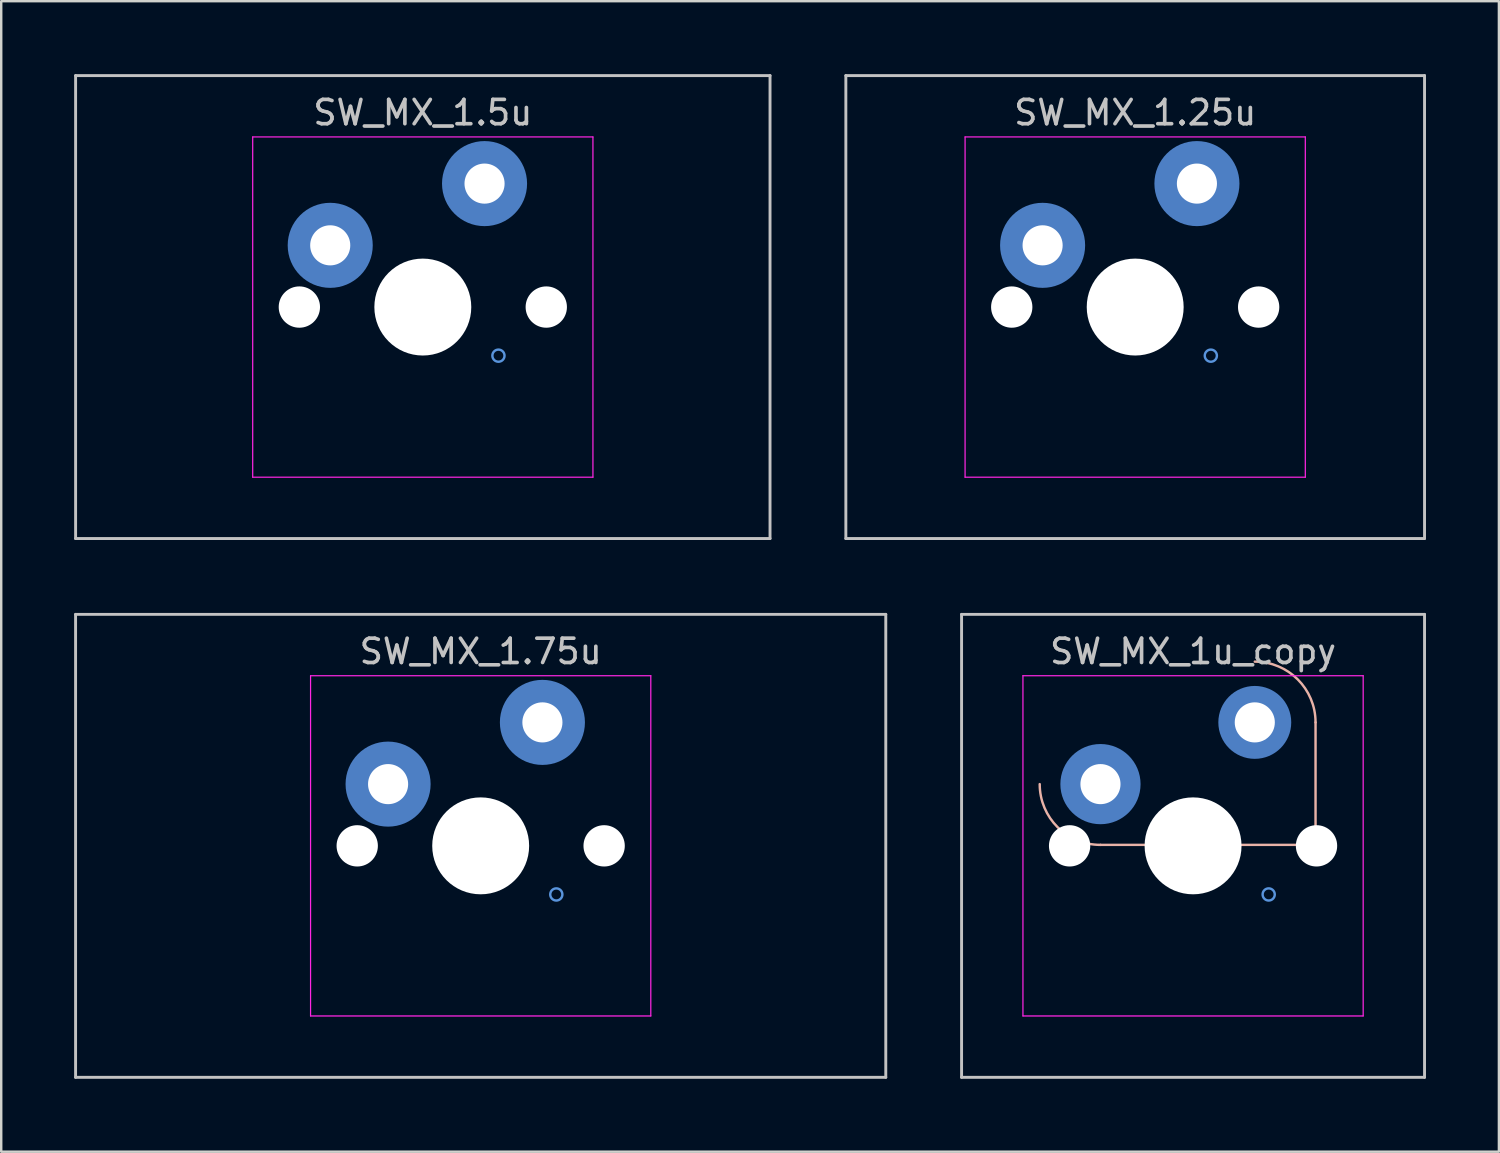
<source format=kicad_pcb>
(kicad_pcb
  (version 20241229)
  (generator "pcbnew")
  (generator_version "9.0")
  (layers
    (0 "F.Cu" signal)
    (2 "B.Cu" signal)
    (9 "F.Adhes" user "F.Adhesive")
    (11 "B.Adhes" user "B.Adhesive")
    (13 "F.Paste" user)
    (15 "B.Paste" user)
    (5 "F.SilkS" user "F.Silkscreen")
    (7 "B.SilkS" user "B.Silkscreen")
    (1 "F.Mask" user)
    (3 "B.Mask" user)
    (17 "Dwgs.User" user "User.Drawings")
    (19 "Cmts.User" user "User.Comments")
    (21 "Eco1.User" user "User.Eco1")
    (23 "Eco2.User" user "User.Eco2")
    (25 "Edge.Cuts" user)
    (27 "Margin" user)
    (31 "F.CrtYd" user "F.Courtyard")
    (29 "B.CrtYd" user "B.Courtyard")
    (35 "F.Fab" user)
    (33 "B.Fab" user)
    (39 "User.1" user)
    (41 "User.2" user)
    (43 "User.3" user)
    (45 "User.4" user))
  (footprint "SW_MX_1.25u"
    (layer "F.Cu")
    (at 43.661 9.585)
    (property "Reference" "SW_MX_1.25u" (at 0 -8 0) (layer "Dwgs.User") (effects (font (size 1 1) (thickness 0.15))))
    (attr through_hole exclude_from_pos_files exclude_from_bom)
    (fp_line (start -11.906 -9.525) (end -11.906 9.525) (stroke (width 0.12) (type solid)) (layer "Dwgs.User"))
    (fp_line (start -11.906 9.525) (end 11.906 9.525) (stroke (width 0.12) (type solid)) (layer "Dwgs.User"))
    (fp_line (start 11.906 -9.525) (end -11.906 -9.525) (stroke (width 0.12) (type solid)) (layer "Dwgs.User"))
    (fp_line (start 11.906 9.525) (end 11.906 -9.525) (stroke (width 0.12) (type solid)) (layer "Dwgs.User"))
    (fp_circle (center 3.112 2) (end 3.112 1.75) (stroke (width 0.1) (type default)) (fill no) (layer "Cmts.User"))
    (fp_line (start -7 6.5) (end -7 -6.5) (stroke (width 0.05) (type solid)) (layer "Eco2.User"))
    (fp_line (start -6.5 -7) (end 6.5 -7) (stroke (width 0.05) (type solid)) (layer "Eco2.User"))
    (fp_line (start 6.5 7) (end -6.5 7) (stroke (width 0.05) (type solid)) (layer "Eco2.User"))
    (fp_line (start 7 -6.5) (end 7 6.5) (stroke (width 0.05) (type solid)) (layer "Eco2.User"))
    (fp_arc (start -7 -6.5) (mid -6.853553 -6.853553) (end -6.5 -7) (stroke (width 0.05) (type solid)) (layer "Eco2.User"))
    (fp_arc (start -6.5 7) (mid -6.853553 6.853553) (end -7 6.5) (stroke (width 0.05) (type solid)) (layer "Eco2.User"))
    (fp_arc (start 6.5 -7) (mid 6.853553 -6.853553) (end 7 -6.5) (stroke (width 0.05) (type solid)) (layer "Eco2.User"))
    (fp_arc (start 6.997236 6.498884) (mid 6.850789 6.852437) (end 6.497236 6.998884) (stroke (width 0.05) (type solid)) (layer "Eco2.User"))
    (fp_line (start -7 -7) (end -7 7) (stroke (width 0.05) (type solid)) (layer "F.CrtYd"))
    (fp_line (start -7 7) (end 7 7) (stroke (width 0.05) (type solid)) (layer "F.CrtYd"))
    (fp_line (start 7 -7) (end -7 -7) (stroke (width 0.05) (type solid)) (layer "F.CrtYd"))
    (fp_line (start 7 7) (end 7 -7) (stroke (width 0.05) (type solid)) (layer "F.CrtYd"))
    (pad "" np_thru_hole circle (at -5.08 0) (size 1.7 1.7) (drill 1.7) (layers "*.Cu" "*.Mask"))
    (pad "" np_thru_hole circle (at 0 0) (size 3.988 3.988) (drill 3.988) (layers "*.Cu" "*.Mask"))
    (pad "" np_thru_hole circle (at 5.08 0) (size 1.7 1.7) (drill 1.7) (layers "*.Cu" "*.Mask"))
    (pad "1" thru_hole circle (at -3.81 -2.54) (size 2 2) (drill 1.65) (layers "*.Cu") (remove_unused_layers yes) (keep_end_layers yes) (zone_layer_connections))
    (pad "1" smd circle (at -3.81 -2.54) (size 2.5 2.5) (layers "B.Cu" "B.Mask"))
    (pad "1" smd circle (at -3.81 -2.54) (size 3.5 3.5) (layers "B.Cu"))
    (pad "2" thru_hole circle (at 2.54 -5.08) (size 2 2) (drill 1.65) (layers "*.Cu") (remove_unused_layers yes) (keep_end_layers yes) (zone_layer_connections))
    (pad "2" smd circle (at 2.54 -5.08) (size 2.5 2.5) (layers "B.Cu" "B.Mask"))
    (pad "2" smd circle (at 2.54 -5.08) (size 3.5 3.5) (layers "B.Cu")))
  (footprint "SW_MX_1.75u"
    (layer "F.Cu")
    (at 16.729 31.755)
    (property "Reference" "SW_MX_1.75u" (at 0 -8 0) (layer "Dwgs.User") (effects (font (size 1 1) (thickness 0.15))))
    (attr through_hole exclude_from_pos_files exclude_from_bom)
    (fp_line (start -16.669 -9.525) (end -16.669 9.525) (stroke (width 0.12) (type solid)) (layer "Dwgs.User"))
    (fp_line (start -16.669 9.525) (end 16.669 9.525) (stroke (width 0.12) (type solid)) (layer "Dwgs.User"))
    (fp_line (start 16.669 -9.525) (end -16.669 -9.525) (stroke (width 0.12) (type solid)) (layer "Dwgs.User"))
    (fp_line (start 16.669 9.525) (end 16.669 -9.525) (stroke (width 0.12) (type solid)) (layer "Dwgs.User"))
    (fp_circle (center 3.112 2) (end 3.112 1.75) (stroke (width 0.1) (type default)) (fill no) (layer "Cmts.User"))
    (fp_line (start -7 6.5) (end -7 -6.5) (stroke (width 0.05) (type solid)) (layer "Eco2.User"))
    (fp_line (start -6.5 -7) (end 6.5 -7) (stroke (width 0.05) (type solid)) (layer "Eco2.User"))
    (fp_line (start 6.5 7) (end -6.5 7) (stroke (width 0.05) (type solid)) (layer "Eco2.User"))
    (fp_line (start 7 -6.5) (end 7 6.5) (stroke (width 0.05) (type solid)) (layer "Eco2.User"))
    (fp_arc (start -7 -6.5) (mid -6.853553 -6.853553) (end -6.5 -7) (stroke (width 0.05) (type solid)) (layer "Eco2.User"))
    (fp_arc (start -6.5 7) (mid -6.853553 6.853553) (end -7 6.5) (stroke (width 0.05) (type solid)) (layer "Eco2.User"))
    (fp_arc (start 6.5 -7) (mid 6.853553 -6.853553) (end 7 -6.5) (stroke (width 0.05) (type solid)) (layer "Eco2.User"))
    (fp_arc (start 6.997236 6.498884) (mid 6.850789 6.852437) (end 6.497236 6.998884) (stroke (width 0.05) (type solid)) (layer "Eco2.User"))
    (fp_line (start -7 -7) (end -7 7) (stroke (width 0.05) (type solid)) (layer "F.CrtYd"))
    (fp_line (start -7 7) (end 7 7) (stroke (width 0.05) (type solid)) (layer "F.CrtYd"))
    (fp_line (start 7 -7) (end -7 -7) (stroke (width 0.05) (type solid)) (layer "F.CrtYd"))
    (fp_line (start 7 7) (end 7 -7) (stroke (width 0.05) (type solid)) (layer "F.CrtYd"))
    (pad "" np_thru_hole circle (at -5.08 0) (size 1.7 1.7) (drill 1.7) (layers "*.Cu" "*.Mask"))
    (pad "" np_thru_hole circle (at 0 0) (size 3.988 3.988) (drill 3.988) (layers "*.Cu" "*.Mask"))
    (pad "" np_thru_hole circle (at 5.08 0) (size 1.7 1.7) (drill 1.7) (layers "*.Cu" "*.Mask"))
    (pad "1" thru_hole circle (at -3.81 -2.54) (size 2 2) (drill 1.65) (layers "*.Cu") (remove_unused_layers yes) (keep_end_layers yes) (zone_layer_connections))
    (pad "1" smd circle (at -3.81 -2.54) (size 2.5 2.5) (layers "B.Cu" "B.Mask"))
    (pad "1" smd circle (at -3.81 -2.54) (size 3.5 3.5) (layers "B.Cu"))
    (pad "2" thru_hole circle (at 2.54 -5.08) (size 2 2) (drill 1.65) (layers "*.Cu") (remove_unused_layers yes) (keep_end_layers yes) (zone_layer_connections))
    (pad "2" smd circle (at 2.54 -5.08) (size 2.5 2.5) (layers "B.Cu" "B.Mask"))
    (pad "2" smd circle (at 2.54 -5.08) (size 3.5 3.5) (layers "B.Cu")))
  (footprint "SW_MX_1.5u"
    (layer "F.Cu")
    (at 14.348 9.585)
    (property "Reference" "SW_MX_1.5u" (at 0 -8 0) (layer "Dwgs.User") (effects (font (size 1 1) (thickness 0.15))))
    (attr through_hole exclude_from_pos_files exclude_from_bom)
    (fp_line (start -14.287 -9.525) (end -14.287 9.525) (stroke (width 0.12) (type solid)) (layer "Dwgs.User"))
    (fp_line (start -14.287 9.525) (end 14.287 9.525) (stroke (width 0.12) (type solid)) (layer "Dwgs.User"))
    (fp_line (start 14.287 -9.525) (end -14.287 -9.525) (stroke (width 0.12) (type solid)) (layer "Dwgs.User"))
    (fp_line (start 14.287 9.525) (end 14.287 -9.525) (stroke (width 0.12) (type solid)) (layer "Dwgs.User"))
    (fp_circle (center 3.112 2) (end 3.112 1.75) (stroke (width 0.1) (type default)) (fill no) (layer "Cmts.User"))
    (fp_line (start -7 6.5) (end -7 -6.5) (stroke (width 0.05) (type solid)) (layer "Eco2.User"))
    (fp_line (start -6.5 -7) (end 6.5 -7) (stroke (width 0.05) (type solid)) (layer "Eco2.User"))
    (fp_line (start 6.5 7) (end -6.5 7) (stroke (width 0.05) (type solid)) (layer "Eco2.User"))
    (fp_line (start 7 -6.5) (end 7 6.5) (stroke (width 0.05) (type solid)) (layer "Eco2.User"))
    (fp_arc (start -7 -6.5) (mid -6.853553 -6.853553) (end -6.5 -7) (stroke (width 0.05) (type solid)) (layer "Eco2.User"))
    (fp_arc (start -6.5 7) (mid -6.853553 6.853553) (end -7 6.5) (stroke (width 0.05) (type solid)) (layer "Eco2.User"))
    (fp_arc (start 6.5 -7) (mid 6.853553 -6.853553) (end 7 -6.5) (stroke (width 0.05) (type solid)) (layer "Eco2.User"))
    (fp_arc (start 6.997236 6.498884) (mid 6.850789 6.852437) (end 6.497236 6.998884) (stroke (width 0.05) (type solid)) (layer "Eco2.User"))
    (fp_line (start -7 -7) (end -7 7) (stroke (width 0.05) (type solid)) (layer "F.CrtYd"))
    (fp_line (start -7 7) (end 7 7) (stroke (width 0.05) (type solid)) (layer "F.CrtYd"))
    (fp_line (start 7 -7) (end -7 -7) (stroke (width 0.05) (type solid)) (layer "F.CrtYd"))
    (fp_line (start 7 7) (end 7 -7) (stroke (width 0.05) (type solid)) (layer "F.CrtYd"))
    (pad "" np_thru_hole circle (at -5.08 0) (size 1.7 1.7) (drill 1.7) (layers "*.Cu" "*.Mask"))
    (pad "" np_thru_hole circle (at 0 0) (size 3.988 3.988) (drill 3.988) (layers "*.Cu" "*.Mask"))
    (pad "" np_thru_hole circle (at 5.08 0) (size 1.7 1.7) (drill 1.7) (layers "*.Cu" "*.Mask"))
    (pad "1" thru_hole circle (at -3.81 -2.54) (size 2 2) (drill 1.65) (layers "*.Cu") (remove_unused_layers yes) (keep_end_layers yes) (zone_layer_connections))
    (pad "1" smd circle (at -3.81 -2.54) (size 2.5 2.5) (layers "B.Cu" "B.Mask"))
    (pad "1" smd circle (at -3.81 -2.54) (size 3.5 3.5) (layers "B.Cu"))
    (pad "2" thru_hole circle (at 2.54 -5.08) (size 2 2) (drill 1.65) (layers "*.Cu") (remove_unused_layers yes) (keep_end_layers yes) (zone_layer_connections))
    (pad "2" smd circle (at 2.54 -5.08) (size 2.5 2.5) (layers "B.Cu" "B.Mask"))
    (pad "2" smd circle (at 2.54 -5.08) (size 3.5 3.5) (layers "B.Cu")))
  (footprint "SW_MX_1u_copy"
    (layer "F.Cu")
    (at 46.042 31.755)
    (property "Reference" "SW_MX_1u_copy" (at 0 -8 0) (layer "Dwgs.User") (effects (font (size 1 1) (thickness 0.15))))
    (attr through_hole exclude_from_pos_files exclude_from_bom)
    (fp_line (start -3.81 -0.04) (end 5.04 -0.04) (stroke (width 0.1) (type default)) (layer "B.SilkS"))
    (fp_line (start 5.04 -5.08) (end 5.04 -0.04) (stroke (width 0.1) (type default)) (layer "B.SilkS"))
    (fp_arc (start -3.81 -0.04) (mid -5.577767 -0.772233) (end -6.31 -2.54) (stroke (width 0.1) (type default)) (layer "B.SilkS"))
    (fp_arc (start 2.54 -7.58) (mid 4.307767 -6.847767) (end 5.04 -5.08) (stroke (width 0.1) (type default)) (layer "B.SilkS"))
    (fp_line (start -9.525 -9.525) (end -9.525 9.525) (stroke (width 0.12) (type solid)) (layer "Dwgs.User"))
    (fp_line (start -9.525 9.525) (end 9.525 9.525) (stroke (width 0.12) (type solid)) (layer "Dwgs.User"))
    (fp_line (start 9.525 -9.525) (end -9.525 -9.525) (stroke (width 0.12) (type solid)) (layer "Dwgs.User"))
    (fp_line (start 9.525 9.525) (end 9.525 -9.525) (stroke (width 0.12) (type solid)) (layer "Dwgs.User"))
    (fp_circle (center 3.112 2) (end 3.112 1.75) (stroke (width 0.1) (type default)) (fill no) (layer "Cmts.User"))
    (fp_line (start -7 6.5) (end -7 -6.5) (stroke (width 0.05) (type solid)) (layer "Eco2.User"))
    (fp_line (start -6.5 -7) (end 6.5 -7) (stroke (width 0.05) (type solid)) (layer "Eco2.User"))
    (fp_line (start 6.5 7) (end -6.5 7) (stroke (width 0.05) (type solid)) (layer "Eco2.User"))
    (fp_line (start 7 -6.5) (end 7 6.5) (stroke (width 0.05) (type solid)) (layer "Eco2.User"))
    (fp_arc (start -7 -6.5) (mid -6.853553 -6.853553) (end -6.5 -7) (stroke (width 0.05) (type solid)) (layer "Eco2.User"))
    (fp_arc (start -6.5 7) (mid -6.853553 6.853553) (end -7 6.5) (stroke (width 0.05) (type solid)) (layer "Eco2.User"))
    (fp_arc (start 6.5 -7) (mid 6.853553 -6.853553) (end 7 -6.5) (stroke (width 0.05) (type solid)) (layer "Eco2.User"))
    (fp_arc (start 6.997236 6.498884) (mid 6.850789 6.852437) (end 6.497236 6.998884) (stroke (width 0.05) (type solid)) (layer "Eco2.User"))
    (fp_line (start -7 -7) (end -7 7) (stroke (width 0.05) (type solid)) (layer "F.CrtYd"))
    (fp_line (start -7 7) (end 7 7) (stroke (width 0.05) (type solid)) (layer "F.CrtYd"))
    (fp_line (start 7 -7) (end -7 -7) (stroke (width 0.05) (type solid)) (layer "F.CrtYd"))
    (fp_line (start 7 7) (end 7 -7) (stroke (width 0.05) (type solid)) (layer "F.CrtYd"))
    (pad "" np_thru_hole circle (at -5.08 0) (size 1.7 1.7) (drill 1.7) (layers "*.Cu" "*.Mask"))
    (pad "" np_thru_hole circle (at 0 0) (size 3.988 3.988) (drill 3.988) (layers "*.Cu" "*.Mask"))
    (pad "" np_thru_hole circle (at 5.08 0) (size 1.7 1.7) (drill 1.7) (layers "*.Cu" "*.Mask"))
    (pad "1" thru_hole circle (at -3.81 -2.54) (size 2 2) (drill 1.65) (layers "*.Cu") (remove_unused_layers yes) (keep_end_layers yes) (zone_layer_connections))
    (pad "1" smd circle (at -3.81 -2.54) (size 2.5 2.5) (layers "B.Cu" "B.Mask"))
    (pad "1" smd circle (at -3.81 -2.54) (size 3.3 3.3) (layers "B.Cu"))
    (pad "2" thru_hole circle (at 2.54 -5.08) (size 2 2) (drill 1.65) (layers "*.Cu") (remove_unused_layers yes) (keep_end_layers yes) (zone_layer_connections))
    (pad "2" smd circle (at 2.54 -5.08) (size 2.5 2.5) (layers "B.Cu" "B.Mask"))
    (pad "2" smd circle (at 2.54 -5.08) (size 3 3) (layers "B.Cu")))
  (gr_rect
    (start -3 -3)
    (end 58.627 44.34)
    (stroke (width 0.1) (type default))
    (fill no)
    (layer "Edge.Cuts")))
</source>
